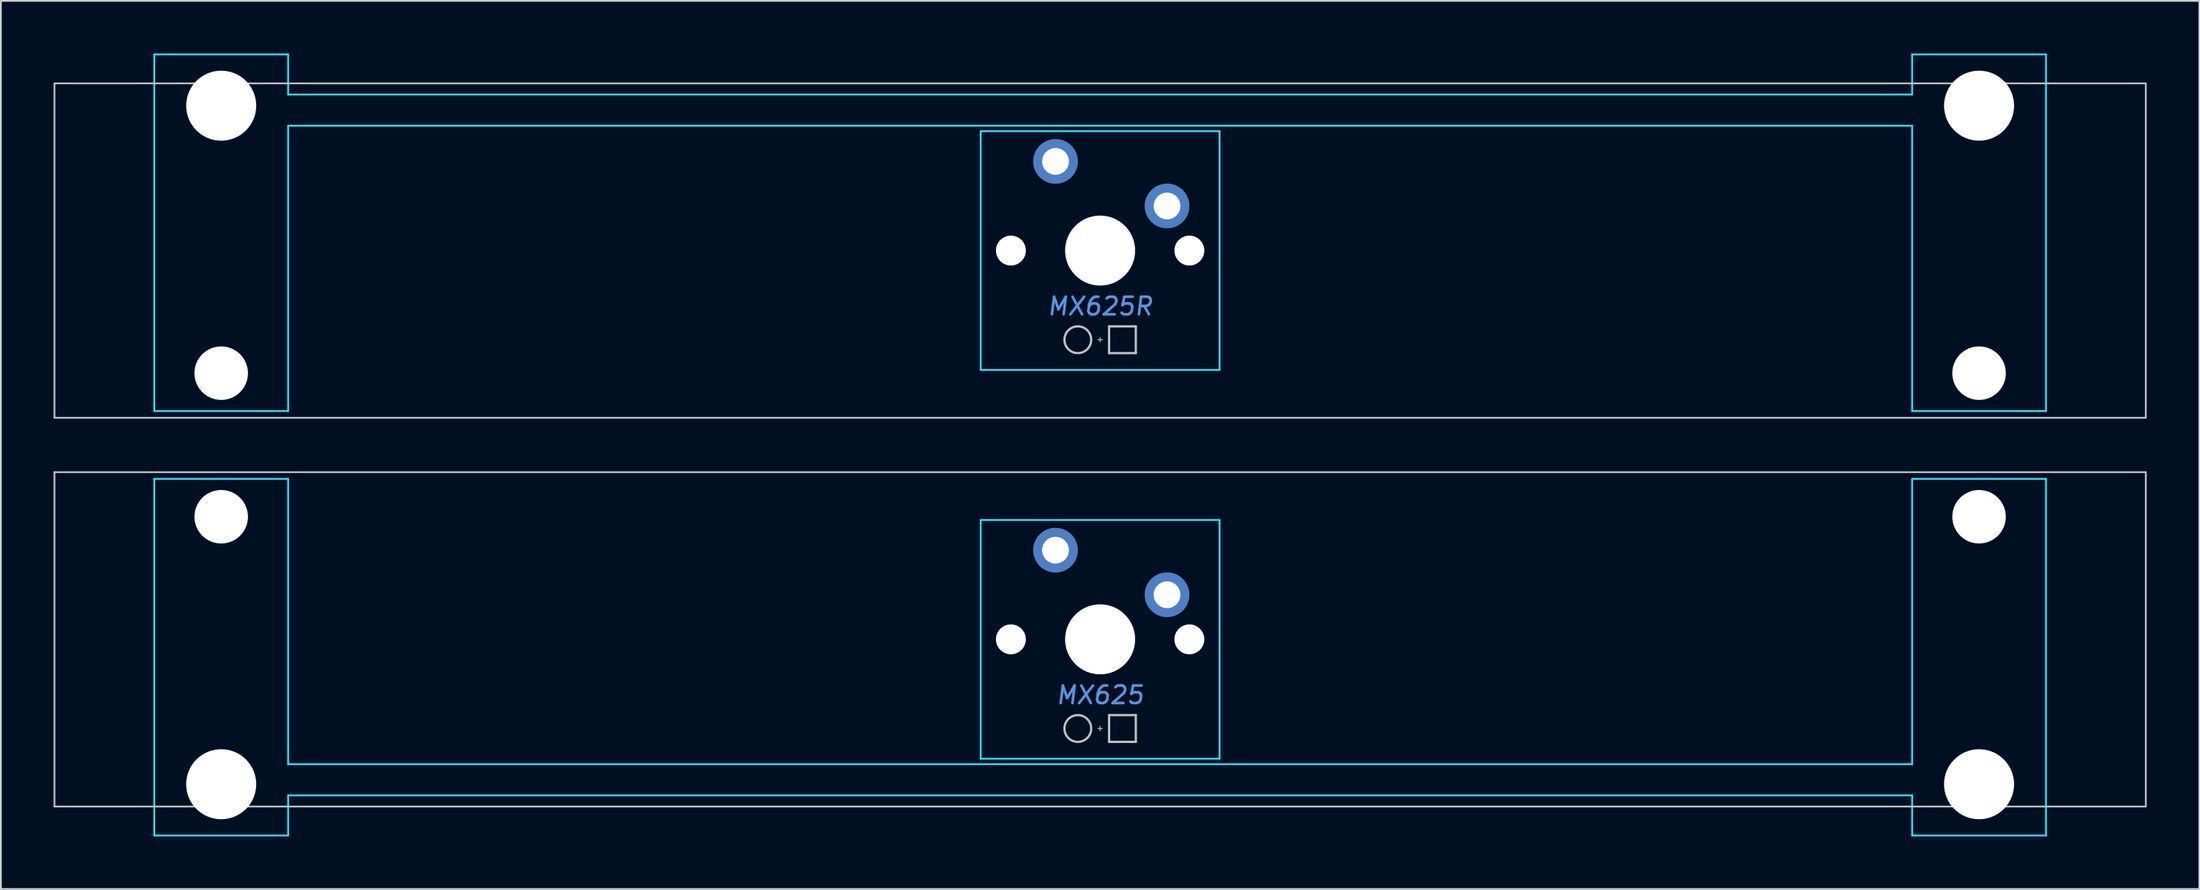
<source format=kicad_pcb>
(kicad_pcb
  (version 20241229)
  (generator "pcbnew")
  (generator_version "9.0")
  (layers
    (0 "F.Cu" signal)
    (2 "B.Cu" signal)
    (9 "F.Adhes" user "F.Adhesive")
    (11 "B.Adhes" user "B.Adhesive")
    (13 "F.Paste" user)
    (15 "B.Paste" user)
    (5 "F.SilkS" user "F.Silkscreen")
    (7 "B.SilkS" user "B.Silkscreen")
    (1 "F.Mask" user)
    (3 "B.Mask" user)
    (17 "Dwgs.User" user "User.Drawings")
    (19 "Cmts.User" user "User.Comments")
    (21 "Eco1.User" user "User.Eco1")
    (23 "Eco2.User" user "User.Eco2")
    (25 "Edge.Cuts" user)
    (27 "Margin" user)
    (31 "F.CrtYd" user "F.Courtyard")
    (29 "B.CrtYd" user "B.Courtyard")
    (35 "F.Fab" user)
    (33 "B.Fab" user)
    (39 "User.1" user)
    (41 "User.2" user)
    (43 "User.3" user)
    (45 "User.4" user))
  (footprint "MX625"
    (layer "F.Cu")
    (at 59.581 33.376)
    (property "Reference" "MX625" (at 0 3.175 0) (layer "Cmts.User") (effects (font (size 1 1) (thickness 0.15) (italic yes))))
    (attr through_hole)
    (fp_line (start -59.531 -9.525) (end -59.531 9.525) (stroke (width 0.1) (type solid)) (layer "Dwgs.User"))
    (fp_line (start -59.531 -9.525) (end 59.531 -9.525) (stroke (width 0.1) (type solid)) (layer "Dwgs.User"))
    (fp_line (start -59.531 9.525) (end 59.531 9.525) (stroke (width 0.1) (type solid)) (layer "Dwgs.User"))
    (fp_line (start -0.127 5.08) (end 0.127 5.08) (stroke (width 0.051) (type solid)) (layer "Dwgs.User"))
    (fp_line (start 0 5.207) (end 0 4.953) (stroke (width 0.051) (type solid)) (layer "Dwgs.User"))
    (fp_line (start 0.508 4.318) (end 0.508 5.842) (stroke (width 0.127) (type solid)) (layer "Dwgs.User"))
    (fp_line (start 0.508 4.318) (end 2.032 4.318) (stroke (width 0.127) (type solid)) (layer "Dwgs.User"))
    (fp_line (start 0.508 5.842) (end 2.032 5.842) (stroke (width 0.127) (type solid)) (layer "Dwgs.User"))
    (fp_line (start 2.032 5.842) (end 2.032 4.318) (stroke (width 0.127) (type solid)) (layer "Dwgs.User"))
    (fp_line (start 59.531 -9.525) (end 59.531 9.525) (stroke (width 0.1) (type solid)) (layer "Dwgs.User"))
    (fp_circle (center -1.27 5.08) (end -0.508 5.08) (stroke (width 0.127) (type solid)) (fill no) (layer "Dwgs.User"))
    (fp_line (start -53.538 -5.485) (end -53.538 8.515) (stroke (width 0.1) (type solid)) (layer "Eco1.User"))
    (fp_line (start -53.038 -5.985) (end -47.038 -5.985) (stroke (width 0.1) (type solid)) (layer "Eco1.User"))
    (fp_line (start -47.038 9.015) (end -53.038 9.015) (stroke (width 0.1) (type solid)) (layer "Eco1.User"))
    (fp_line (start -46.538 8.515) (end -46.538 -5.485) (stroke (width 0.1) (type solid)) (layer "Eco1.User"))
    (fp_line (start -7 -6.5) (end -7 6.5) (stroke (width 0.1) (type solid)) (layer "Eco1.User"))
    (fp_line (start -6.5 7) (end 6.5 7) (stroke (width 0.1) (type solid)) (layer "Eco1.User"))
    (fp_line (start 6.5 -7) (end -6.5 -7) (stroke (width 0.1) (type solid)) (layer "Eco1.User"))
    (fp_line (start 7 6.5) (end 7 -6.5) (stroke (width 0.1) (type solid)) (layer "Eco1.User"))
    (fp_line (start 46.538 -5.485) (end 46.538 8.515) (stroke (width 0.1) (type solid)) (layer "Eco1.User"))
    (fp_line (start 47.038 -5.985) (end 53.038 -5.985) (stroke (width 0.1) (type solid)) (layer "Eco1.User"))
    (fp_line (start 53.038 9.015) (end 47.038 9.015) (stroke (width 0.1) (type solid)) (layer "Eco1.User"))
    (fp_line (start 53.538 8.515) (end 53.538 -5.485) (stroke (width 0.1) (type solid)) (layer "Eco1.User"))
    (fp_arc (start -53.538 -5.485) (mid -53.391553 -5.838553) (end -53.038 -5.985) (stroke (width 0.1) (type solid)) (layer "Eco1.User"))
    (fp_arc (start -53.038 9.015) (mid -53.391553 8.868553) (end -53.538 8.515) (stroke (width 0.1) (type solid)) (layer "Eco1.User"))
    (fp_arc (start -47.038 -5.985) (mid -46.684447 -5.838553) (end -46.538 -5.485) (stroke (width 0.1) (type solid)) (layer "Eco1.User"))
    (fp_arc (start -46.538 8.515) (mid -46.684447 8.868553) (end -47.038 9.015) (stroke (width 0.1) (type solid)) (layer "Eco1.User"))
    (fp_arc (start -7 -6.5) (mid -6.853553 -6.853553) (end -6.5 -7) (stroke (width 0.1) (type solid)) (layer "Eco1.User"))
    (fp_arc (start -6.5 7) (mid -6.853553 6.853553) (end -7 6.5) (stroke (width 0.1) (type solid)) (layer "Eco1.User"))
    (fp_arc (start 6.5 -7) (mid 6.853553 -6.853553) (end 7 -6.5) (stroke (width 0.1) (type solid)) (layer "Eco1.User"))
    (fp_arc (start 7 6.5) (mid 6.853553 6.853553) (end 6.5 7) (stroke (width 0.1) (type solid)) (layer "Eco1.User"))
    (fp_arc (start 46.538 -5.485) (mid 46.684447 -5.838553) (end 47.038 -5.985) (stroke (width 0.1) (type solid)) (layer "Eco1.User"))
    (fp_arc (start 47.038 9.015) (mid 46.684447 8.868553) (end 46.538 8.515) (stroke (width 0.1) (type solid)) (layer "Eco1.User"))
    (fp_arc (start 53.038 -5.985) (mid 53.391553 -5.838553) (end 53.538 -5.485) (stroke (width 0.1) (type solid)) (layer "Eco1.User"))
    (fp_arc (start 53.538 8.515) (mid 53.391553 8.868553) (end 53.038 9.015) (stroke (width 0.1) (type solid)) (layer "Eco1.User"))
    (fp_line (start -53.848 -9.144) (end -53.848 11.176) (stroke (width 0.1) (type solid)) (layer "B.CrtYd"))
    (fp_line (start -53.848 -9.144) (end -46.228 -9.144) (stroke (width 0.1) (type solid)) (layer "B.CrtYd"))
    (fp_line (start -53.848 11.176) (end -46.228 11.176) (stroke (width 0.1) (type solid)) (layer "B.CrtYd"))
    (fp_line (start -46.228 7.112) (end -46.228 -9.144) (stroke (width 0.1) (type solid)) (layer "B.CrtYd"))
    (fp_line (start -46.228 7.112) (end 46.228 7.112) (stroke (width 0.1) (type solid)) (layer "B.CrtYd"))
    (fp_line (start -46.228 8.89) (end -46.228 11.176) (stroke (width 0.1) (type solid)) (layer "B.CrtYd"))
    (fp_line (start -46.228 8.89) (end 46.228 8.89) (stroke (width 0.1) (type solid)) (layer "B.CrtYd"))
    (fp_line (start -6.8 -6.8) (end -6.8 6.8) (stroke (width 0.1) (type solid)) (layer "B.CrtYd"))
    (fp_line (start -6.8 -6.8) (end 6.8 -6.8) (stroke (width 0.1) (type solid)) (layer "B.CrtYd"))
    (fp_line (start -6.8 6.8) (end 6.8 6.8) (stroke (width 0.1) (type solid)) (layer "B.CrtYd"))
    (fp_line (start 6.8 6.8) (end 6.8 -6.8) (stroke (width 0.1) (type solid)) (layer "B.CrtYd"))
    (fp_line (start 46.228 -9.144) (end 53.848 -9.144) (stroke (width 0.1) (type solid)) (layer "B.CrtYd"))
    (fp_line (start 46.228 7.112) (end 46.228 -9.144) (stroke (width 0.1) (type solid)) (layer "B.CrtYd"))
    (fp_line (start 46.228 8.89) (end 46.228 11.176) (stroke (width 0.1) (type solid)) (layer "B.CrtYd"))
    (fp_line (start 46.228 11.176) (end 53.848 11.176) (stroke (width 0.1) (type solid)) (layer "B.CrtYd"))
    (fp_line (start 53.848 -9.144) (end 53.848 11.176) (stroke (width 0.1) (type solid)) (layer "B.CrtYd"))
    (pad "" np_thru_hole circle (at -50.038 -6.985 180) (size 3.048 3.048) (drill 3.048) (layers "*.Cu" "*.Mask"))
    (pad "" np_thru_hole circle (at -50.038 8.255 180) (size 3.988 3.988) (drill 3.988) (layers "*.Cu" "*.Mask"))
    (pad "" np_thru_hole circle (at -5.08 0) (size 1.702 1.702) (drill 1.702) (layers "*.Cu" "*.Mask"))
    (pad "" connect circle (at -2.54 -5.08) (size 1.524 1.524) (layers "B.Mask"))
    (pad "" np_thru_hole circle (at 0 0) (size 3.988 3.988) (drill 3.988) (layers "*.Cu" "*.Mask"))
    (pad "" connect circle (at 3.81 -2.54) (size 1.524 1.524) (layers "B.Mask"))
    (pad "" np_thru_hole circle (at 5.08 0) (size 1.702 1.702) (drill 1.702) (layers "*.Cu" "*.Mask"))
    (pad "" np_thru_hole circle (at 50.038 -6.985 180) (size 3.048 3.048) (drill 3.048) (layers "*.Cu" "*.Mask"))
    (pad "" np_thru_hole circle (at 50.038 8.255 180) (size 3.988 3.988) (drill 3.988) (layers "*.Cu" "*.Mask"))
    (pad "1" thru_hole circle (at -2.54 -5.08) (size 2.54 2.54) (drill 1.524) (layers "*.Cu" "F.Mask"))
    (pad "2" thru_hole circle (at 3.81 -2.54) (size 2.54 2.54) (drill 1.524) (layers "*.Cu" "F.Mask")))
  (footprint "MX625R"
    (layer "F.Cu")
    (at 59.581 11.226)
    (property "Reference" "MX625R" (at 0 3.175 0) (layer "Cmts.User") (effects (font (size 1 1) (thickness 0.15) (italic yes))))
    (attr through_hole)
    (fp_line (start -59.531 -9.525) (end -59.531 9.525) (stroke (width 0.1) (type solid)) (layer "Dwgs.User"))
    (fp_line (start -59.531 -9.525) (end 59.531 -9.525) (stroke (width 0.1) (type solid)) (layer "Dwgs.User"))
    (fp_line (start -59.531 9.525) (end 59.531 9.525) (stroke (width 0.1) (type solid)) (layer "Dwgs.User"))
    (fp_line (start -0.127 5.08) (end 0.127 5.08) (stroke (width 0.051) (type solid)) (layer "Dwgs.User"))
    (fp_line (start 0 5.207) (end 0 4.953) (stroke (width 0.051) (type solid)) (layer "Dwgs.User"))
    (fp_line (start 0.508 4.318) (end 0.508 5.842) (stroke (width 0.127) (type solid)) (layer "Dwgs.User"))
    (fp_line (start 0.508 4.318) (end 2.032 4.318) (stroke (width 0.127) (type solid)) (layer "Dwgs.User"))
    (fp_line (start 0.508 5.842) (end 2.032 5.842) (stroke (width 0.127) (type solid)) (layer "Dwgs.User"))
    (fp_line (start 2.032 5.842) (end 2.032 4.318) (stroke (width 0.127) (type solid)) (layer "Dwgs.User"))
    (fp_line (start 59.531 -9.525) (end 59.531 9.525) (stroke (width 0.1) (type solid)) (layer "Dwgs.User"))
    (fp_circle (center -1.27 5.08) (end -0.508 5.08) (stroke (width 0.127) (type solid)) (fill no) (layer "Dwgs.User"))
    (fp_line (start -53.538 -8.515) (end -53.538 5.485) (stroke (width 0.1) (type solid)) (layer "Eco1.User"))
    (fp_line (start -53.038 -9.015) (end -47.038 -9.015) (stroke (width 0.1) (type solid)) (layer "Eco1.User"))
    (fp_line (start -47.038 5.985) (end -53.038 5.985) (stroke (width 0.1) (type solid)) (layer "Eco1.User"))
    (fp_line (start -46.538 5.485) (end -46.538 -8.515) (stroke (width 0.1) (type solid)) (layer "Eco1.User"))
    (fp_line (start -7 -6.5) (end -7 6.5) (stroke (width 0.1) (type solid)) (layer "Eco1.User"))
    (fp_line (start -6.5 7) (end 6.5 7) (stroke (width 0.1) (type solid)) (layer "Eco1.User"))
    (fp_line (start 6.5 -7) (end -6.5 -7) (stroke (width 0.1) (type solid)) (layer "Eco1.User"))
    (fp_line (start 7 6.5) (end 7 -6.5) (stroke (width 0.1) (type solid)) (layer "Eco1.User"))
    (fp_line (start 46.538 -8.515) (end 46.538 5.485) (stroke (width 0.1) (type solid)) (layer "Eco1.User"))
    (fp_line (start 47.038 -9.015) (end 53.038 -9.015) (stroke (width 0.1) (type solid)) (layer "Eco1.User"))
    (fp_line (start 53.038 5.985) (end 47.038 5.985) (stroke (width 0.1) (type solid)) (layer "Eco1.User"))
    (fp_line (start 53.538 5.485) (end 53.538 -8.515) (stroke (width 0.1) (type solid)) (layer "Eco1.User"))
    (fp_arc (start -53.538 -8.515) (mid -53.391553 -8.868553) (end -53.038 -9.015) (stroke (width 0.1) (type solid)) (layer "Eco1.User"))
    (fp_arc (start -53.038 5.985) (mid -53.391553 5.838553) (end -53.538 5.485) (stroke (width 0.1) (type solid)) (layer "Eco1.User"))
    (fp_arc (start -47.038 -9.015) (mid -46.684447 -8.868553) (end -46.538 -8.515) (stroke (width 0.1) (type solid)) (layer "Eco1.User"))
    (fp_arc (start -46.538 5.485) (mid -46.684447 5.838553) (end -47.038 5.985) (stroke (width 0.1) (type solid)) (layer "Eco1.User"))
    (fp_arc (start -7 -6.5) (mid -6.853553 -6.853553) (end -6.5 -7) (stroke (width 0.1) (type solid)) (layer "Eco1.User"))
    (fp_arc (start -6.5 7) (mid -6.853553 6.853553) (end -7 6.5) (stroke (width 0.1) (type solid)) (layer "Eco1.User"))
    (fp_arc (start 6.5 -7) (mid 6.853553 -6.853553) (end 7 -6.5) (stroke (width 0.1) (type solid)) (layer "Eco1.User"))
    (fp_arc (start 7 6.5) (mid 6.853553 6.853553) (end 6.5 7) (stroke (width 0.1) (type solid)) (layer "Eco1.User"))
    (fp_arc (start 46.538 -8.515) (mid 46.684447 -8.868553) (end 47.038 -9.015) (stroke (width 0.1) (type solid)) (layer "Eco1.User"))
    (fp_arc (start 47.038 5.985) (mid 46.684447 5.838553) (end 46.538 5.485) (stroke (width 0.1) (type solid)) (layer "Eco1.User"))
    (fp_arc (start 53.038 -9.015) (mid 53.391553 -8.868553) (end 53.538 -8.515) (stroke (width 0.1) (type solid)) (layer "Eco1.User"))
    (fp_arc (start 53.538 5.485) (mid 53.391553 5.838553) (end 53.038 5.985) (stroke (width 0.1) (type solid)) (layer "Eco1.User"))
    (fp_line (start -53.848 9.144) (end -53.848 -11.176) (stroke (width 0.1) (type solid)) (layer "B.CrtYd"))
    (fp_line (start -46.228 -11.176) (end -53.848 -11.176) (stroke (width 0.1) (type solid)) (layer "B.CrtYd"))
    (fp_line (start -46.228 -8.89) (end -46.228 -11.176) (stroke (width 0.1) (type solid)) (layer "B.CrtYd"))
    (fp_line (start -46.228 -7.112) (end -46.228 9.144) (stroke (width 0.1) (type solid)) (layer "B.CrtYd"))
    (fp_line (start -46.228 9.144) (end -53.848 9.144) (stroke (width 0.1) (type solid)) (layer "B.CrtYd"))
    (fp_line (start -6.8 -6.8) (end -6.8 6.8) (stroke (width 0.1) (type solid)) (layer "B.CrtYd"))
    (fp_line (start -6.8 -6.8) (end 6.8 -6.8) (stroke (width 0.1) (type solid)) (layer "B.CrtYd"))
    (fp_line (start -6.8 6.8) (end 6.8 6.8) (stroke (width 0.1) (type solid)) (layer "B.CrtYd"))
    (fp_line (start 6.8 6.8) (end 6.8 -6.8) (stroke (width 0.1) (type solid)) (layer "B.CrtYd"))
    (fp_line (start 46.228 -8.89) (end -46.228 -8.89) (stroke (width 0.1) (type solid)) (layer "B.CrtYd"))
    (fp_line (start 46.228 -8.89) (end 46.228 -11.176) (stroke (width 0.1) (type solid)) (layer "B.CrtYd"))
    (fp_line (start 46.228 -7.112) (end -46.228 -7.112) (stroke (width 0.1) (type solid)) (layer "B.CrtYd"))
    (fp_line (start 46.228 -7.112) (end 46.228 9.144) (stroke (width 0.1) (type solid)) (layer "B.CrtYd"))
    (fp_line (start 53.848 -11.176) (end 46.228 -11.176) (stroke (width 0.1) (type solid)) (layer "B.CrtYd"))
    (fp_line (start 53.848 9.144) (end 46.228 9.144) (stroke (width 0.1) (type solid)) (layer "B.CrtYd"))
    (fp_line (start 53.848 9.144) (end 53.848 -11.176) (stroke (width 0.1) (type solid)) (layer "B.CrtYd"))
    (pad "" np_thru_hole circle (at -50.038 -8.255) (size 3.988 3.988) (drill 3.988) (layers "*.Cu" "*.Mask"))
    (pad "" np_thru_hole circle (at -50.038 6.985) (size 3.048 3.048) (drill 3.048) (layers "*.Cu" "*.Mask"))
    (pad "" np_thru_hole circle (at -5.08 0) (size 1.702 1.702) (drill 1.702) (layers "*.Cu" "*.Mask"))
    (pad "" connect circle (at -2.54 -5.08) (size 1.524 1.524) (layers "B.Mask"))
    (pad "" np_thru_hole circle (at 0 0) (size 3.988 3.988) (drill 3.988) (layers "*.Cu" "*.Mask"))
    (pad "" connect circle (at 3.81 -2.54) (size 1.524 1.524) (layers "B.Mask"))
    (pad "" np_thru_hole circle (at 5.08 0) (size 1.702 1.702) (drill 1.702) (layers "*.Cu" "*.Mask"))
    (pad "" np_thru_hole circle (at 50.038 -8.255) (size 3.988 3.988) (drill 3.988) (layers "*.Cu" "*.Mask"))
    (pad "" np_thru_hole circle (at 50.038 6.985) (size 3.048 3.048) (drill 3.048) (layers "*.Cu" "*.Mask"))
    (pad "1" thru_hole circle (at -2.54 -5.08) (size 2.54 2.54) (drill 1.524) (layers "*.Cu" "F.Mask"))
    (pad "2" thru_hole circle (at 3.81 -2.54) (size 2.54 2.54) (drill 1.524) (layers "*.Cu" "F.Mask")))
  (gr_rect
    (start -3 -3)
    (end 122.162 47.602)
    (stroke (width 0.1) (type default))
    (fill no)
    (layer "Edge.Cuts")))
</source>
